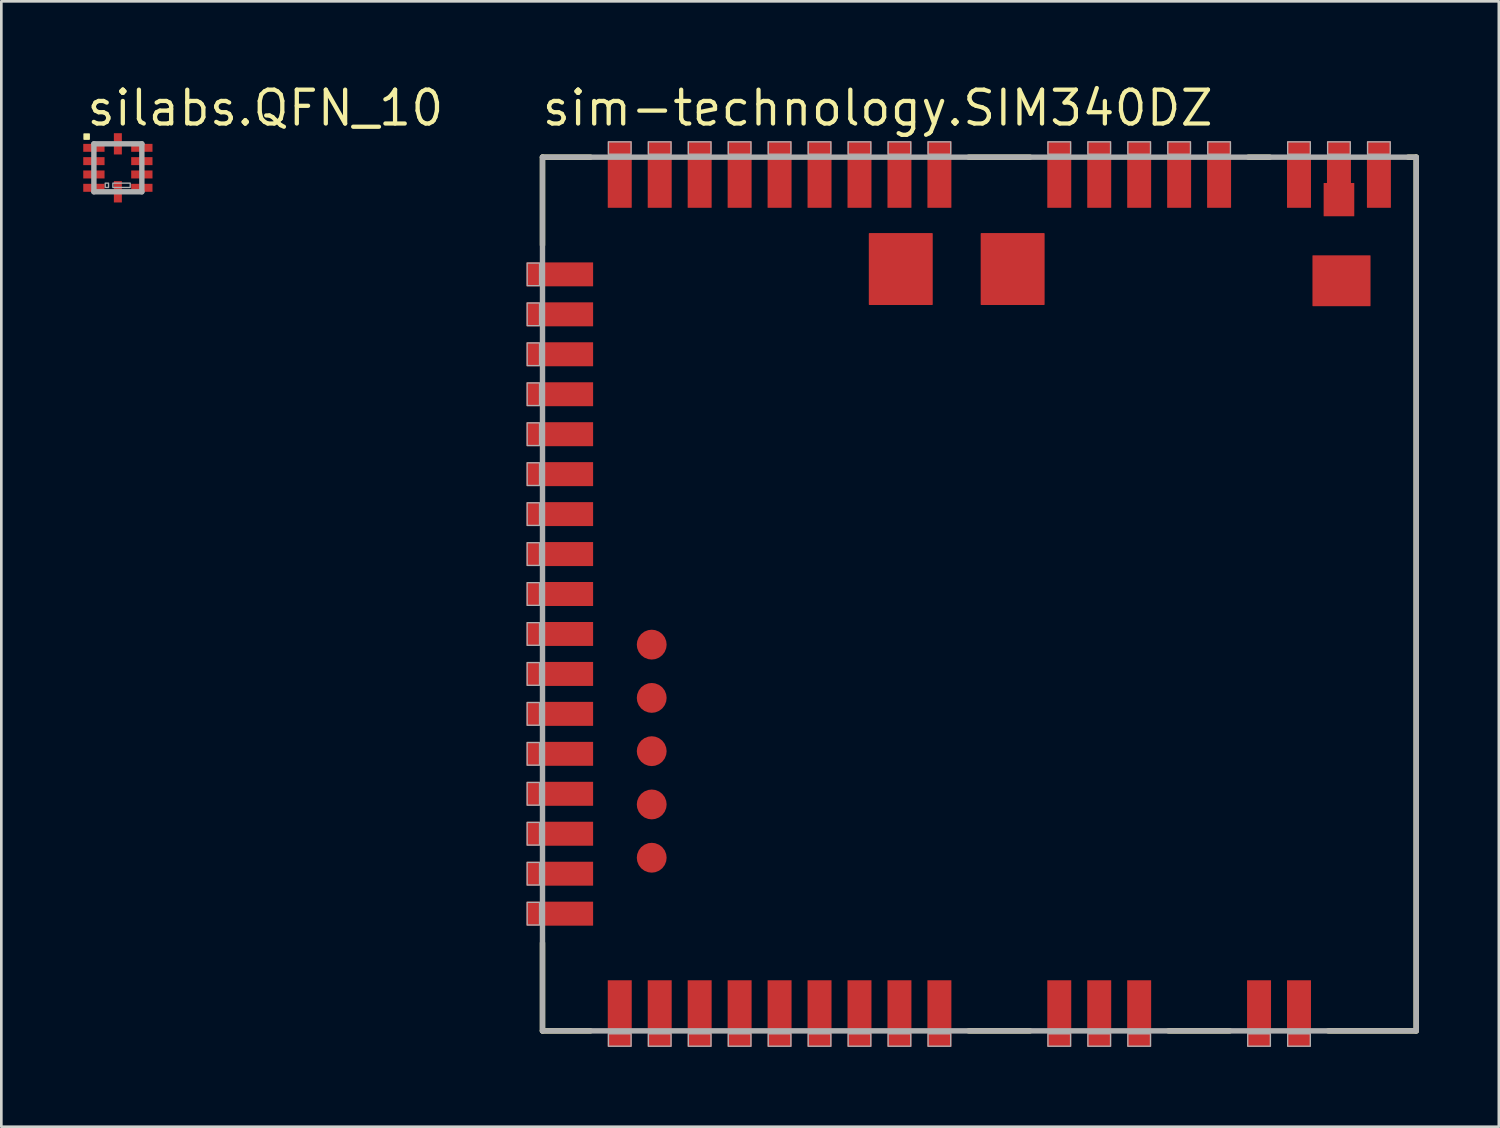
<source format=kicad_pcb>
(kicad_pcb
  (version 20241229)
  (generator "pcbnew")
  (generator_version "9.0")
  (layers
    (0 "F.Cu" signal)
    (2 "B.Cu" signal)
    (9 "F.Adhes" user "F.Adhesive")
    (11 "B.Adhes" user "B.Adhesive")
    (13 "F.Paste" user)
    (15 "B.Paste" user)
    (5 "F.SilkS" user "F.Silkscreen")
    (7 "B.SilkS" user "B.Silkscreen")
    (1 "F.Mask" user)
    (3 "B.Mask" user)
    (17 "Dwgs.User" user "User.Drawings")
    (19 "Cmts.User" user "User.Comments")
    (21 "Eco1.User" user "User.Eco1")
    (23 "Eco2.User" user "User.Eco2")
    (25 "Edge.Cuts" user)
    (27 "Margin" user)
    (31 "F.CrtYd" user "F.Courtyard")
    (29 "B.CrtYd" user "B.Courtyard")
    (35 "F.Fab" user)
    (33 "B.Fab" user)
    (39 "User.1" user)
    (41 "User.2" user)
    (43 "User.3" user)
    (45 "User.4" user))
  (footprint "sim-technology.SIM340DZ"
    (layer "F.Cu")
    (at 33.716 19.25)
    (property "Reference" "sim-technology.SIM340DZ" (at -16.5 -17.5 0) (layer "F.SilkS") (effects (font (size 1.27 1.27) (thickness 0.16)) (justify left bottom)))
    (attr smd)
    (fp_line (start -16.4 -16.4) (end -14.6 -16.4) (stroke (width 0.203) (type default)) (layer "F.SilkS"))
    (fp_line (start -16.4 -13.1) (end -16.4 -16.4) (stroke (width 0.203) (type default)) (layer "F.SilkS"))
    (fp_line (start -16.4 16.4) (end -16.4 13.1) (stroke (width 0.203) (type default)) (layer "F.SilkS"))
    (fp_line (start -14.6 16.4) (end -16.4 16.4) (stroke (width 0.203) (type default)) (layer "F.SilkS"))
    (fp_line (start -0.4 -16.4) (end 1.9 -16.4) (stroke (width 0.203) (type default)) (layer "F.SilkS"))
    (fp_line (start 1.9 16.4) (end -0.4 16.4) (stroke (width 0.203) (type default)) (layer "F.SilkS"))
    (fp_line (start 9.4 16.4) (end 7.1 16.4) (stroke (width 0.203) (type default)) (layer "F.SilkS"))
    (fp_line (start 10.1 -16.4) (end 10.9 -16.4) (stroke (width 0.203) (type default)) (layer "F.SilkS"))
    (fp_line (start 16.1 -16.4) (end 16.4 -16.4) (stroke (width 0.203) (type default)) (layer "F.SilkS"))
    (fp_line (start 16.4 -16.4) (end 16.4 16.4) (stroke (width 0.203) (type default)) (layer "F.SilkS"))
    (fp_line (start 16.4 16.4) (end 13.1 16.4) (stroke (width 0.203) (type default)) (layer "F.SilkS"))
    (fp_line (start -16.4 -16.4) (end 16.4 -16.4) (stroke (width 0.203) (type default)) (layer "F.Fab"))
    (fp_line (start -16.4 16.4) (end -16.4 -16.4) (stroke (width 0.203) (type default)) (layer "F.Fab"))
    (fp_line (start 16.4 -16.4) (end 16.4 16.4) (stroke (width 0.203) (type default)) (layer "F.Fab"))
    (fp_line (start 16.4 16.4) (end -16.4 16.4) (stroke (width 0.203) (type default)) (layer "F.Fab"))
    (fp_rect (start -16.975 -11.575) (end -16.51 -12.425) (stroke (width 0.05) (type default)) (fill no) (layer "F.Fab"))
    (fp_rect (start -16.975 -10.075) (end -16.51 -10.925) (stroke (width 0.05) (type default)) (fill no) (layer "F.Fab"))
    (fp_rect (start -16.975 -8.575) (end -16.51 -9.425) (stroke (width 0.05) (type default)) (fill no) (layer "F.Fab"))
    (fp_rect (start -16.975 -7.075) (end -16.51 -7.925) (stroke (width 0.05) (type default)) (fill no) (layer "F.Fab"))
    (fp_rect (start -16.975 -5.575) (end -16.51 -6.425) (stroke (width 0.05) (type default)) (fill no) (layer "F.Fab"))
    (fp_rect (start -16.975 -4.075) (end -16.51 -4.925) (stroke (width 0.05) (type default)) (fill no) (layer "F.Fab"))
    (fp_rect (start -16.975 -2.575) (end -16.51 -3.425) (stroke (width 0.05) (type default)) (fill no) (layer "F.Fab"))
    (fp_rect (start -16.975 -1.075) (end -16.51 -1.925) (stroke (width 0.05) (type default)) (fill no) (layer "F.Fab"))
    (fp_rect (start -16.975 0.425) (end -16.51 -0.425) (stroke (width 0.05) (type default)) (fill no) (layer "F.Fab"))
    (fp_rect (start -16.975 1.925) (end -16.51 1.075) (stroke (width 0.05) (type default)) (fill no) (layer "F.Fab"))
    (fp_rect (start -16.975 3.425) (end -16.51 2.575) (stroke (width 0.05) (type default)) (fill no) (layer "F.Fab"))
    (fp_rect (start -16.975 4.925) (end -16.51 4.075) (stroke (width 0.05) (type default)) (fill no) (layer "F.Fab"))
    (fp_rect (start -16.975 6.425) (end -16.51 5.575) (stroke (width 0.05) (type default)) (fill no) (layer "F.Fab"))
    (fp_rect (start -16.975 7.925) (end -16.51 7.075) (stroke (width 0.05) (type default)) (fill no) (layer "F.Fab"))
    (fp_rect (start -16.975 9.425) (end -16.51 8.575) (stroke (width 0.05) (type default)) (fill no) (layer "F.Fab"))
    (fp_rect (start -16.975 10.925) (end -16.51 10.075) (stroke (width 0.05) (type default)) (fill no) (layer "F.Fab"))
    (fp_rect (start -16.975 12.425) (end -16.51 11.575) (stroke (width 0.05) (type default)) (fill no) (layer "F.Fab"))
    (fp_rect (start -13.925 -16.51) (end -13.075 -16.975) (stroke (width 0.05) (type default)) (fill no) (layer "F.Fab"))
    (fp_rect (start -13.925 16.975) (end -13.075 16.51) (stroke (width 0.05) (type default)) (fill no) (layer "F.Fab"))
    (fp_rect (start -12.425 -16.51) (end -11.575 -16.975) (stroke (width 0.05) (type default)) (fill no) (layer "F.Fab"))
    (fp_rect (start -12.425 16.975) (end -11.575 16.51) (stroke (width 0.05) (type default)) (fill no) (layer "F.Fab"))
    (fp_rect (start -10.925 -16.51) (end -10.075 -16.975) (stroke (width 0.05) (type default)) (fill no) (layer "F.Fab"))
    (fp_rect (start -10.925 16.975) (end -10.075 16.51) (stroke (width 0.05) (type default)) (fill no) (layer "F.Fab"))
    (fp_rect (start -9.425 -16.51) (end -8.575 -16.975) (stroke (width 0.05) (type default)) (fill no) (layer "F.Fab"))
    (fp_rect (start -9.425 16.975) (end -8.575 16.51) (stroke (width 0.05) (type default)) (fill no) (layer "F.Fab"))
    (fp_rect (start -7.925 -16.51) (end -7.075 -16.975) (stroke (width 0.05) (type default)) (fill no) (layer "F.Fab"))
    (fp_rect (start -7.925 16.975) (end -7.075 16.51) (stroke (width 0.05) (type default)) (fill no) (layer "F.Fab"))
    (fp_rect (start -6.425 -16.51) (end -5.575 -16.975) (stroke (width 0.05) (type default)) (fill no) (layer "F.Fab"))
    (fp_rect (start -6.425 16.975) (end -5.575 16.51) (stroke (width 0.05) (type default)) (fill no) (layer "F.Fab"))
    (fp_rect (start -4.925 -16.51) (end -4.075 -16.975) (stroke (width 0.05) (type default)) (fill no) (layer "F.Fab"))
    (fp_rect (start -4.925 16.975) (end -4.075 16.51) (stroke (width 0.05) (type default)) (fill no) (layer "F.Fab"))
    (fp_rect (start -3.425 -16.51) (end -2.575 -16.975) (stroke (width 0.05) (type default)) (fill no) (layer "F.Fab"))
    (fp_rect (start -3.425 16.975) (end -2.575 16.51) (stroke (width 0.05) (type default)) (fill no) (layer "F.Fab"))
    (fp_rect (start -1.925 -16.51) (end -1.075 -16.975) (stroke (width 0.05) (type default)) (fill no) (layer "F.Fab"))
    (fp_rect (start -1.925 16.975) (end -1.075 16.51) (stroke (width 0.05) (type default)) (fill no) (layer "F.Fab"))
    (fp_rect (start 2.575 -16.51) (end 3.425 -16.975) (stroke (width 0.05) (type default)) (fill no) (layer "F.Fab"))
    (fp_rect (start 2.575 16.975) (end 3.425 16.51) (stroke (width 0.05) (type default)) (fill no) (layer "F.Fab"))
    (fp_rect (start 4.075 -16.51) (end 4.925 -16.975) (stroke (width 0.05) (type default)) (fill no) (layer "F.Fab"))
    (fp_rect (start 4.075 16.975) (end 4.925 16.51) (stroke (width 0.05) (type default)) (fill no) (layer "F.Fab"))
    (fp_rect (start 5.575 -16.51) (end 6.425 -16.975) (stroke (width 0.05) (type default)) (fill no) (layer "F.Fab"))
    (fp_rect (start 5.575 16.975) (end 6.425 16.51) (stroke (width 0.05) (type default)) (fill no) (layer "F.Fab"))
    (fp_rect (start 7.075 -16.51) (end 7.925 -16.975) (stroke (width 0.05) (type default)) (fill no) (layer "F.Fab"))
    (fp_rect (start 8.575 -16.51) (end 9.425 -16.975) (stroke (width 0.05) (type default)) (fill no) (layer "F.Fab"))
    (fp_rect (start 10.075 16.975) (end 10.925 16.51) (stroke (width 0.05) (type default)) (fill no) (layer "F.Fab"))
    (fp_rect (start 11.575 -16.51) (end 12.425 -16.975) (stroke (width 0.05) (type default)) (fill no) (layer "F.Fab"))
    (fp_rect (start 11.575 16.975) (end 12.425 16.51) (stroke (width 0.05) (type default)) (fill no) (layer "F.Fab"))
    (fp_rect (start 13.075 -16.51) (end 13.925 -16.975) (stroke (width 0.05) (type default)) (fill no) (layer "F.Fab"))
    (fp_rect (start 14.575 -16.51) (end 15.425 -16.975) (stroke (width 0.05) (type default)) (fill no) (layer "F.Fab"))
    (pad "1" smd roundrect (at -15.75 -12) (size 2.5 0.9) (layers "F.Cu" "F.Mask" "F.Paste") (roundrect_rratio 0.01))
    (pad "2" smd roundrect (at -15.75 -10.5) (size 2.5 0.9) (layers "F.Cu" "F.Mask" "F.Paste") (roundrect_rratio 0.01))
    (pad "3" smd roundrect (at -15.75 -9) (size 2.5 0.9) (layers "F.Cu" "F.Mask" "F.Paste") (roundrect_rratio 0.01))
    (pad "4" smd roundrect (at -15.75 -7.5) (size 2.5 0.9) (layers "F.Cu" "F.Mask" "F.Paste") (roundrect_rratio 0.01))
    (pad "5" smd roundrect (at -15.75 -6) (size 2.5 0.9) (layers "F.Cu" "F.Mask" "F.Paste") (roundrect_rratio 0.01))
    (pad "6" smd roundrect (at -15.75 -4.5) (size 2.5 0.9) (layers "F.Cu" "F.Mask" "F.Paste") (roundrect_rratio 0.01))
    (pad "7" smd roundrect (at -15.75 -3) (size 2.5 0.9) (layers "F.Cu" "F.Mask" "F.Paste") (roundrect_rratio 0.01))
    (pad "8" smd roundrect (at -15.75 -1.5) (size 2.5 0.9) (layers "F.Cu" "F.Mask" "F.Paste") (roundrect_rratio 0.01))
    (pad "9" smd roundrect (at -15.75 0) (size 2.5 0.9) (layers "F.Cu" "F.Mask" "F.Paste") (roundrect_rratio 0.01))
    (pad "10" smd roundrect (at -15.75 1.5) (size 2.5 0.9) (layers "F.Cu" "F.Mask" "F.Paste") (roundrect_rratio 0.01))
    (pad "11" smd roundrect (at -15.75 3) (size 2.5 0.9) (layers "F.Cu" "F.Mask" "F.Paste") (roundrect_rratio 0.01))
    (pad "12" smd roundrect (at -15.75 4.5) (size 2.5 0.9) (layers "F.Cu" "F.Mask" "F.Paste") (roundrect_rratio 0.01))
    (pad "13" smd roundrect (at -15.75 6) (size 2.5 0.9) (layers "F.Cu" "F.Mask" "F.Paste") (roundrect_rratio 0.01))
    (pad "14" smd roundrect (at -15.75 7.5) (size 2.5 0.9) (layers "F.Cu" "F.Mask" "F.Paste") (roundrect_rratio 0.01))
    (pad "15" smd roundrect (at -15.75 9) (size 2.5 0.9) (layers "F.Cu" "F.Mask" "F.Paste") (roundrect_rratio 0.01))
    (pad "16" smd roundrect (at -15.75 10.5) (size 2.5 0.9) (layers "F.Cu" "F.Mask" "F.Paste") (roundrect_rratio 0.01))
    (pad "17" smd roundrect (at -15.75 12) (size 2.5 0.9) (layers "F.Cu" "F.Mask" "F.Paste") (roundrect_rratio 0.01))
    (pad "18" smd roundrect (at -13.5 15.75 90) (size 2.5 0.9) (layers "F.Cu" "F.Mask" "F.Paste") (roundrect_rratio 0.01))
    (pad "19" smd roundrect (at -12 15.75 90) (size 2.5 0.9) (layers "F.Cu" "F.Mask" "F.Paste") (roundrect_rratio 0.01))
    (pad "20" smd roundrect (at -10.5 15.75 90) (size 2.5 0.9) (layers "F.Cu" "F.Mask" "F.Paste") (roundrect_rratio 0.01))
    (pad "21" smd roundrect (at -9 15.75 90) (size 2.5 0.9) (layers "F.Cu" "F.Mask" "F.Paste") (roundrect_rratio 0.01))
    (pad "22" smd roundrect (at -7.5 15.75 90) (size 2.5 0.9) (layers "F.Cu" "F.Mask" "F.Paste") (roundrect_rratio 0.01))
    (pad "23" smd roundrect (at -6 15.75 90) (size 2.5 0.9) (layers "F.Cu" "F.Mask" "F.Paste") (roundrect_rratio 0.01))
    (pad "24" smd roundrect (at -4.5 15.75 90) (size 2.5 0.9) (layers "F.Cu" "F.Mask" "F.Paste") (roundrect_rratio 0.01))
    (pad "25" smd roundrect (at -3 15.75 90) (size 2.5 0.9) (layers "F.Cu" "F.Mask" "F.Paste") (roundrect_rratio 0.01))
    (pad "26" smd roundrect (at -1.5 15.75 90) (size 2.5 0.9) (layers "F.Cu" "F.Mask" "F.Paste") (roundrect_rratio 0.01))
    (pad "27" smd roundrect (at 3 15.75 90) (size 2.5 0.9) (layers "F.Cu" "F.Mask" "F.Paste") (roundrect_rratio 0.01))
    (pad "28" smd roundrect (at 4.5 15.75 90) (size 2.5 0.9) (layers "F.Cu" "F.Mask" "F.Paste") (roundrect_rratio 0.01))
    (pad "29" smd roundrect (at 6 15.75 90) (size 2.5 0.9) (layers "F.Cu" "F.Mask" "F.Paste") (roundrect_rratio 0.01))
    (pad "30" smd roundrect (at 10.5 15.75 90) (size 2.5 0.9) (layers "F.Cu" "F.Mask" "F.Paste") (roundrect_rratio 0.01))
    (pad "31" smd roundrect (at 12 15.75 90) (size 2.5 0.9) (layers "F.Cu" "F.Mask" "F.Paste") (roundrect_rratio 0.01))
    (pad "32" smd roundrect (at 15 -15.75 270) (size 2.5 0.9) (layers "F.Cu" "F.Mask" "F.Paste") (roundrect_rratio 0.01))
    (pad "33" smd roundrect (at 13.5 -16.15 270) (size 1.7 0.9) (layers "F.Cu" "F.Mask" "F.Paste") (roundrect_rratio 0.01))
    (pad "33.1" smd roundrect (at 13.5 -14.805 270) (size 1.25 1.15) (layers "F.Cu" "F.Mask" "F.Paste") (roundrect_rratio 0.01))
    (pad "34" smd roundrect (at 12 -15.75 270) (size 2.5 0.9) (layers "F.Cu" "F.Mask" "F.Paste") (roundrect_rratio 0.01))
    (pad "35" smd roundrect (at 9 -15.75 270) (size 2.5 0.9) (layers "F.Cu" "F.Mask" "F.Paste") (roundrect_rratio 0.01))
    (pad "36" smd roundrect (at 7.5 -15.75 270) (size 2.5 0.9) (layers "F.Cu" "F.Mask" "F.Paste") (roundrect_rratio 0.01))
    (pad "37" smd roundrect (at 6 -15.75 270) (size 2.5 0.9) (layers "F.Cu" "F.Mask" "F.Paste") (roundrect_rratio 0.01))
    (pad "38" smd roundrect (at 4.5 -15.75 270) (size 2.5 0.9) (layers "F.Cu" "F.Mask" "F.Paste") (roundrect_rratio 0.01))
    (pad "39" smd roundrect (at 3 -15.75 270) (size 2.5 0.9) (layers "F.Cu" "F.Mask" "F.Paste") (roundrect_rratio 0.01))
    (pad "40" smd roundrect (at -1.5 -15.75 270) (size 2.5 0.9) (layers "F.Cu" "F.Mask" "F.Paste") (roundrect_rratio 0.01))
    (pad "41" smd roundrect (at -3 -15.75 270) (size 2.5 0.9) (layers "F.Cu" "F.Mask" "F.Paste") (roundrect_rratio 0.01))
    (pad "42" smd roundrect (at -4.5 -15.75 270) (size 2.5 0.9) (layers "F.Cu" "F.Mask" "F.Paste") (roundrect_rratio 0.01))
    (pad "43" smd roundrect (at -6 -15.75 270) (size 2.5 0.9) (layers "F.Cu" "F.Mask" "F.Paste") (roundrect_rratio 0.01))
    (pad "44" smd roundrect (at -7.5 -15.75 270) (size 2.5 0.9) (layers "F.Cu" "F.Mask" "F.Paste") (roundrect_rratio 0.01))
    (pad "45" smd roundrect (at -9 -15.75 270) (size 2.5 0.9) (layers "F.Cu" "F.Mask" "F.Paste") (roundrect_rratio 0.01))
    (pad "46" smd roundrect (at -10.5 -15.75 270) (size 2.5 0.9) (layers "F.Cu" "F.Mask" "F.Paste") (roundrect_rratio 0.01))
    (pad "47" smd roundrect (at -12 -15.75 270) (size 2.5 0.9) (layers "F.Cu" "F.Mask" "F.Paste") (roundrect_rratio 0.01))
    (pad "48" smd roundrect (at -13.5 -15.75 270) (size 2.5 0.9) (layers "F.Cu" "F.Mask" "F.Paste") (roundrect_rratio 0.01))
    (pad "49" smd roundrect (at -12.3 9.9) (size 1.12 1.12) (layers "F.Cu" "F.Mask" "F.Paste") (roundrect_rratio 0.5))
    (pad "50" smd roundrect (at -12.3 7.9) (size 1.12 1.12) (layers "F.Cu" "F.Mask" "F.Paste") (roundrect_rratio 0.5))
    (pad "51" smd roundrect (at -12.3 5.9) (size 1.12 1.12) (layers "F.Cu" "F.Mask" "F.Paste") (roundrect_rratio 0.5))
    (pad "52" smd roundrect (at -12.3 3.9) (size 1.12 1.12) (layers "F.Cu" "F.Mask" "F.Paste") (roundrect_rratio 0.5))
    (pad "53" smd roundrect (at -12.3 1.9) (size 1.12 1.12) (layers "F.Cu" "F.Mask" "F.Paste") (roundrect_rratio 0.5))
    (pad "54" smd roundrect (at -2.95 -12.2) (size 2.4 2.7) (layers "F.Cu" "F.Mask" "F.Paste") (roundrect_rratio 0.01))
    (pad "55" smd roundrect (at 1.25 -12.2) (size 2.4 2.7) (layers "F.Cu" "F.Mask" "F.Paste") (roundrect_rratio 0.01))
    (pad "56" smd roundrect (at 13.595 -11.76) (size 2.18 1.91) (layers "F.Cu" "F.Mask" "F.Paste") (roundrect_rratio 0.01)))
  (footprint "silabs.QFN_10"
    (layer "F.Cu")
    (at 1.375 3.25)
    (property "Reference" "silabs.QFN_10" (at -1.25 -1.5 0) (layer "F.SilkS") (effects (font (size 1.27 1.27) (thickness 0.16)) (justify left bottom)))
    (attr smd)
    (fp_rect (start -1.35 -0.575) (end -0.475 -0.925) (stroke (width 0.05) (type default)) (fill yes) (layer "F.Mask"))
    (fp_rect (start -1.35 -0.075) (end -0.475 -0.425) (stroke (width 0.05) (type default)) (fill yes) (layer "F.Mask"))
    (fp_rect (start -1.35 0.425) (end -0.475 0.075) (stroke (width 0.05) (type default)) (fill yes) (layer "F.Mask"))
    (fp_rect (start -1.35 0.925) (end -0.475 0.575) (stroke (width 0.05) (type default)) (fill yes) (layer "F.Mask"))
    (fp_rect (start -0.175 -0.475) (end 0.175 -1.35) (stroke (width 0.05) (type default)) (fill yes) (layer "F.Mask"))
    (fp_rect (start -0.175 1.35) (end 0.175 0.475) (stroke (width 0.05) (type default)) (fill yes) (layer "F.Mask"))
    (fp_rect (start 0.475 -0.575) (end 1.35 -0.925) (stroke (width 0.05) (type default)) (fill yes) (layer "F.Mask"))
    (fp_rect (start 0.475 -0.075) (end 1.35 -0.425) (stroke (width 0.05) (type default)) (fill yes) (layer "F.Mask"))
    (fp_rect (start 0.475 0.425) (end 1.35 0.075) (stroke (width 0.05) (type default)) (fill yes) (layer "F.Mask"))
    (fp_rect (start 0.475 0.925) (end 1.35 0.575) (stroke (width 0.05) (type default)) (fill yes) (layer "F.Mask"))
    (fp_rect (start -1.27 -1.075) (end -1.075 -1.27) (stroke (width 0.05) (type default)) (fill yes) (layer "F.SilkS"))
    (fp_rect (start -1.275 -0.625) (end -0.525 -0.875) (stroke (width 0.05) (type default)) (fill yes) (layer "F.Paste"))
    (fp_rect (start -1.275 -0.125) (end -0.525 -0.375) (stroke (width 0.05) (type default)) (fill yes) (layer "F.Paste"))
    (fp_rect (start -1.275 0.375) (end -0.525 0.125) (stroke (width 0.05) (type default)) (fill yes) (layer "F.Paste"))
    (fp_rect (start -1.275 0.875) (end -0.525 0.625) (stroke (width 0.05) (type default)) (fill yes) (layer "F.Paste"))
    (fp_rect (start -0.125 -0.525) (end 0.125 -1.275) (stroke (width 0.05) (type default)) (fill yes) (layer "F.Paste"))
    (fp_rect (start -0.125 1.275) (end 0.125 0.525) (stroke (width 0.05) (type default)) (fill yes) (layer "F.Paste"))
    (fp_rect (start 0.525 -0.625) (end 1.275 -0.875) (stroke (width 0.05) (type default)) (fill yes) (layer "F.Paste"))
    (fp_rect (start 0.525 -0.125) (end 1.275 -0.375) (stroke (width 0.05) (type default)) (fill yes) (layer "F.Paste"))
    (fp_rect (start 0.525 0.375) (end 1.275 0.125) (stroke (width 0.05) (type default)) (fill yes) (layer "F.Paste"))
    (fp_rect (start 0.525 0.875) (end 1.275 0.625) (stroke (width 0.05) (type default)) (fill yes) (layer "F.Paste"))
    (fp_line (start -0.9 -0.9) (end -0.9 0.9) (stroke (width 0.203) (type default)) (layer "F.Fab"))
    (fp_line (start -0.9 0.9) (end 0.9 0.9) (stroke (width 0.203) (type default)) (layer "F.Fab"))
    (fp_line (start 0.9 -0.9) (end -0.9 -0.9) (stroke (width 0.203) (type default)) (layer "F.Fab"))
    (fp_line (start 0.9 0.9) (end 0.9 -0.9) (stroke (width 0.203) (type default)) (layer "F.Fab"))
    (fp_rect (start -0.475 0.738) (end -0.35 0.575) (stroke (width 0.05) (type default)) (fill no) (layer "F.Fab"))
    (fp_rect (start -0.188 0.738) (end 0.463 0.575) (stroke (width 0.05) (type default)) (fill no) (layer "F.Fab"))
    (pad "1" smd roundrect (at -0.9 -0.75) (size 0.8 0.3) (layers "F.Cu" "F.Mask" "F.Paste") (roundrect_rratio 0.01))
    (pad "2" smd roundrect (at -0.9 -0.25) (size 0.8 0.3) (layers "F.Cu" "F.Mask" "F.Paste") (roundrect_rratio 0.01))
    (pad "3" smd roundrect (at -0.9 0.25) (size 0.8 0.3) (layers "F.Cu" "F.Mask" "F.Paste") (roundrect_rratio 0.01))
    (pad "4" smd roundrect (at -0.9 0.75) (size 0.8 0.3) (layers "F.Cu" "F.Mask" "F.Paste") (roundrect_rratio 0.01))
    (pad "5" smd roundrect (at 0 0.9 90) (size 0.8 0.3) (layers "F.Cu" "F.Mask" "F.Paste") (roundrect_rratio 0.01))
    (pad "6" smd roundrect (at 0.9 0.75 180) (size 0.8 0.3) (layers "F.Cu" "F.Mask" "F.Paste") (roundrect_rratio 0.01))
    (pad "7" smd roundrect (at 0.9 0.25 180) (size 0.8 0.3) (layers "F.Cu" "F.Mask" "F.Paste") (roundrect_rratio 0.01))
    (pad "8" smd roundrect (at 0.9 -0.25 180) (size 0.8 0.3) (layers "F.Cu" "F.Mask" "F.Paste") (roundrect_rratio 0.01))
    (pad "9" smd roundrect (at 0.9 -0.75 180) (size 0.8 0.3) (layers "F.Cu" "F.Mask" "F.Paste") (roundrect_rratio 0.01))
    (pad "10" smd roundrect (at 0 -0.9 270) (size 0.8 0.3) (layers "F.Cu" "F.Mask" "F.Paste") (roundrect_rratio 0.01)))
  (gr_rect
    (start -3 -3)
    (end 53.218 39.25)
    (stroke (width 0.1) (type default))
    (fill no)
    (layer "Edge.Cuts")))
</source>
